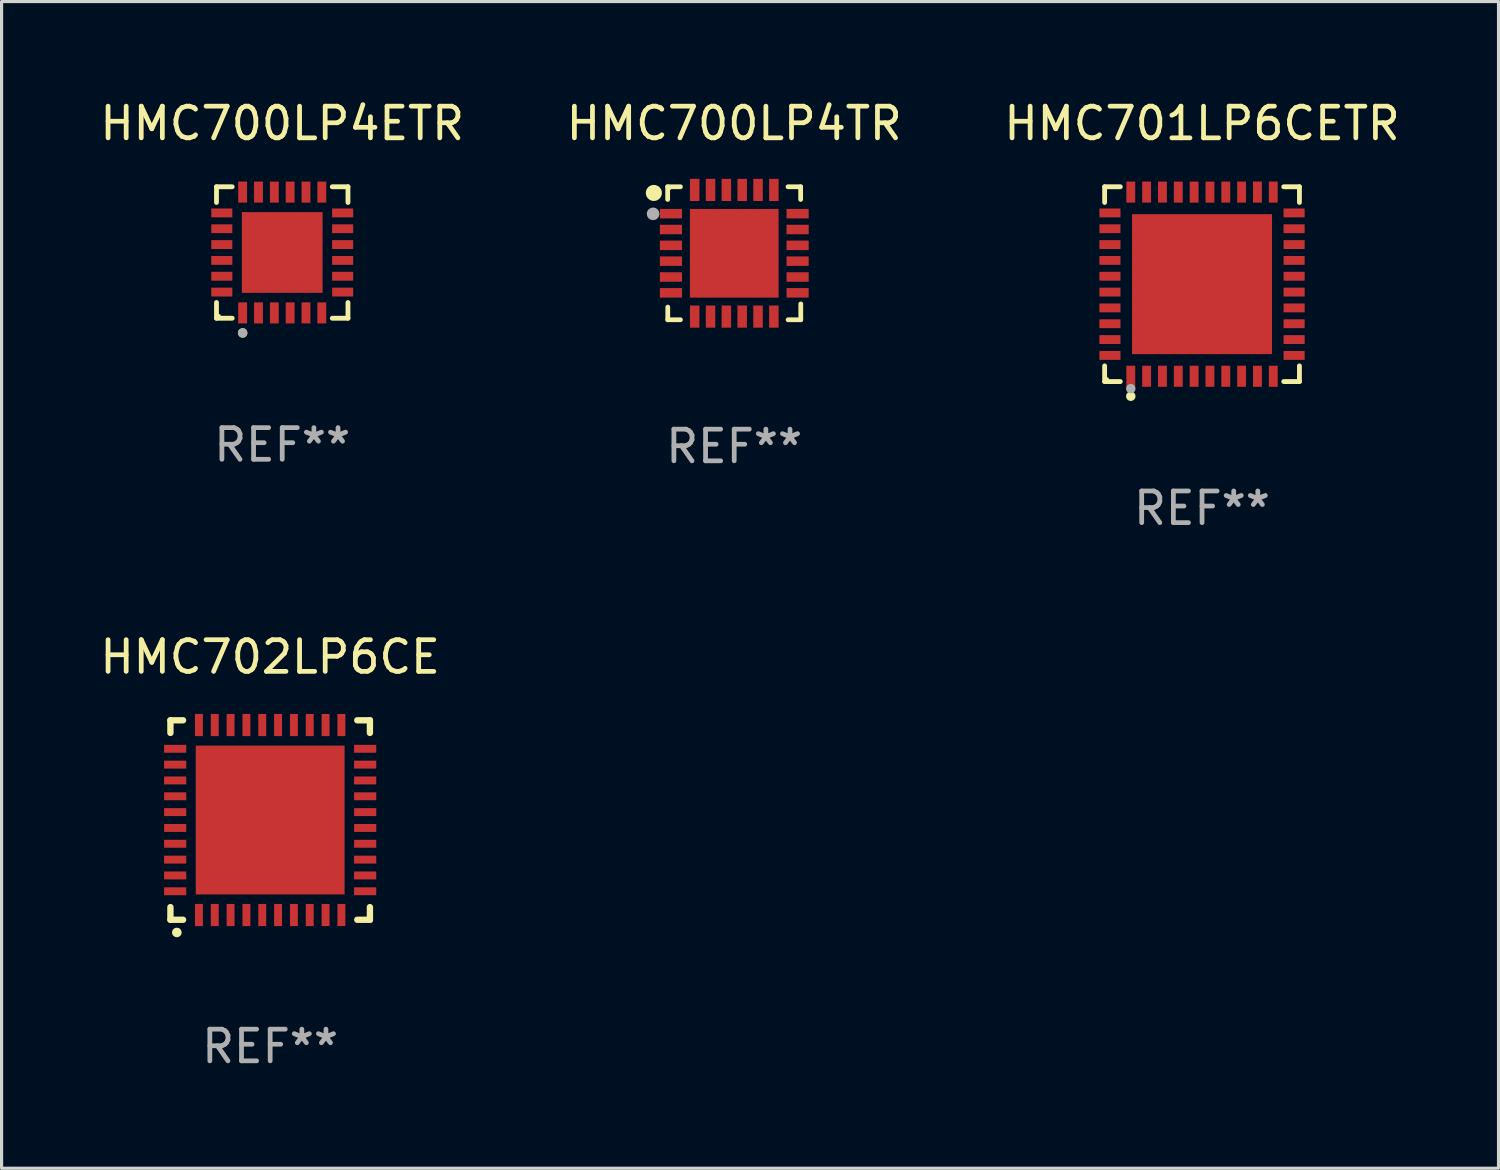
<source format=kicad_pcb>
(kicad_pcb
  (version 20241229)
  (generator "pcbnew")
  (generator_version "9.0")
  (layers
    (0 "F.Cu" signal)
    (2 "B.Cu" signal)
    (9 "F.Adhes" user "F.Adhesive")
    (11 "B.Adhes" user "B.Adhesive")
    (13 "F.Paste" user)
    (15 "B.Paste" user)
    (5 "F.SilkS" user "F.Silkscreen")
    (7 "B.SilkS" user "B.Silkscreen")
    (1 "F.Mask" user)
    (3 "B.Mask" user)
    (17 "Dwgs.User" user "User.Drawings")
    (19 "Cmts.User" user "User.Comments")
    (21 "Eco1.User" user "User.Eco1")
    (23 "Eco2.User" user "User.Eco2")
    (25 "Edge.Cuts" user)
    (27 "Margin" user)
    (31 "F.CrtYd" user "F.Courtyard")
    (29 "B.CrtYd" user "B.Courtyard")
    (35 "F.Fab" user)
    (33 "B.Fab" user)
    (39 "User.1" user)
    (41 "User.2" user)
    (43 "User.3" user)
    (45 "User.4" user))
  (footprint "HMC700LP4TR"
    (layer "F.Cu")
    (at 20.137 4.948)
    (property "Reference" "HMC700LP4TR" (at 0 -4.1 0) (layer "F.SilkS") (effects (font (size 1 1) (thickness 0.15))))
    (attr through_hole)
    (fp_line (start -2.102 -2.1) (end -1.698 -2.1) (stroke (width 0.15) (type solid)) (layer "F.SilkS"))
    (fp_line (start -2.102 -1.7) (end -2.102 -2.1) (stroke (width 0.15) (type solid)) (layer "F.SilkS"))
    (fp_line (start -2.098 1.7) (end -2.098 2.1) (stroke (width 0.15) (type solid)) (layer "F.SilkS"))
    (fp_line (start -2.098 2.1) (end -1.698 2.1) (stroke (width 0.15) (type solid)) (layer "F.SilkS"))
    (fp_line (start 1.698 -2.1) (end 2.098 -2.1) (stroke (width 0.15) (type solid)) (layer "F.SilkS"))
    (fp_line (start 2.098 -2.1) (end 2.098 -1.7) (stroke (width 0.15) (type solid)) (layer "F.SilkS"))
    (fp_line (start 2.102 1.6) (end 2.102 2.1) (stroke (width 0.15) (type solid)) (layer "F.SilkS"))
    (fp_line (start 2.102 2.1) (end 1.702 2.1) (stroke (width 0.15) (type solid)) (layer "F.SilkS"))
    (fp_circle (center -2.538 -1.905) (end -2.411 -1.905) (stroke (width 0.254) (type solid)) (fill no) (layer "F.SilkS"))
    (fp_circle (center -2.048 -2.05) (end -2.018 -2.05) (stroke (width 0.06) (type solid)) (fill no) (layer "F.SilkS"))
    (fp_circle (center -2.562 -1.245) (end -2.462 -1.245) (stroke (width 0.2) (type solid)) (fill no) (layer "F.Fab"))
    (fp_text user "REF**" (at 0 6.1 0) (layer "F.Fab") (effects (font (size 1 1) (thickness 0.15))))
    (pad "1" smd rect (at -1.998 -1.25) (size 0.7 0.3) (layers "F.Cu" "F.Mask" "F.Paste"))
    (pad "2" smd rect (at -1.998 -0.75) (size 0.7 0.3) (layers "F.Cu" "F.Mask" "F.Paste"))
    (pad "3" smd rect (at -1.998 -0.25) (size 0.7 0.3) (layers "F.Cu" "F.Mask" "F.Paste"))
    (pad "4" smd rect (at -1.998 0.25) (size 0.7 0.3) (layers "F.Cu" "F.Mask" "F.Paste"))
    (pad "5" smd rect (at -1.998 0.75) (size 0.7 0.3) (layers "F.Cu" "F.Mask" "F.Paste"))
    (pad "6" smd rect (at -1.998 1.25) (size 0.7 0.3) (layers "F.Cu" "F.Mask" "F.Paste"))
    (pad "7" smd rect (at -1.248 2) (size 0.3 0.7) (layers "F.Cu" "F.Mask" "F.Paste"))
    (pad "8" smd rect (at -0.748 2) (size 0.3 0.7) (layers "F.Cu" "F.Mask" "F.Paste"))
    (pad "9" smd rect (at -0.248 2) (size 0.3 0.7) (layers "F.Cu" "F.Mask" "F.Paste"))
    (pad "10" smd rect (at 0.252 2) (size 0.3 0.7) (layers "F.Cu" "F.Mask" "F.Paste"))
    (pad "11" smd rect (at 0.752 2) (size 0.3 0.7) (layers "F.Cu" "F.Mask" "F.Paste"))
    (pad "12" smd rect (at 1.252 2) (size 0.3 0.7) (layers "F.Cu" "F.Mask" "F.Paste"))
    (pad "13" smd rect (at 2.002 1.25) (size 0.7 0.3) (layers "F.Cu" "F.Mask" "F.Paste"))
    (pad "14" smd rect (at 2.002 0.75) (size 0.7 0.3) (layers "F.Cu" "F.Mask" "F.Paste"))
    (pad "15" smd rect (at 2.002 0.25) (size 0.7 0.3) (layers "F.Cu" "F.Mask" "F.Paste"))
    (pad "16" smd rect (at 2.002 -0.25) (size 0.7 0.3) (layers "F.Cu" "F.Mask" "F.Paste"))
    (pad "17" smd rect (at 2.002 -0.75) (size 0.7 0.3) (layers "F.Cu" "F.Mask" "F.Paste"))
    (pad "18" smd rect (at 2.002 -1.25) (size 0.7 0.3) (layers "F.Cu" "F.Mask" "F.Paste"))
    (pad "19" smd rect (at 1.252 -2) (size 0.3 0.7) (layers "F.Cu" "F.Mask" "F.Paste"))
    (pad "20" smd rect (at 0.752 -2) (size 0.3 0.7) (layers "F.Cu" "F.Mask" "F.Paste"))
    (pad "21" smd rect (at 0.252 -2) (size 0.3 0.7) (layers "F.Cu" "F.Mask" "F.Paste"))
    (pad "22" smd rect (at -0.248 -2) (size 0.3 0.7) (layers "F.Cu" "F.Mask" "F.Paste"))
    (pad "23" smd rect (at -0.748 -2) (size 0.3 0.7) (layers "F.Cu" "F.Mask" "F.Paste"))
    (pad "24" smd rect (at -1.248 -2) (size 0.3 0.7) (layers "F.Cu" "F.Mask" "F.Paste"))
    (pad "25" smd rect (at 0.001 0.001) (size 2.8 2.8) (layers "F.Cu" "F.Mask" "F.Paste")))
  (footprint "HMC702LP6CE"
    (layer "F.Cu")
    (at 5.482 22.847)
    (property "Reference" "HMC702LP6CE" (at 0 -5.15 0) (layer "F.SilkS") (effects (font (size 1 1) (thickness 0.15))))
    (attr through_hole)
    (fp_line (start -3.15 -3.15) (end -2.75 -3.15) (stroke (width 0.2) (type solid)) (layer "F.SilkS"))
    (fp_line (start -3.15 -2.75) (end -3.15 -3.15) (stroke (width 0.2) (type solid)) (layer "F.SilkS"))
    (fp_line (start -3.15 3.15) (end -3.15 2.75) (stroke (width 0.2) (type solid)) (layer "F.SilkS"))
    (fp_line (start -2.75 3.15) (end -3.15 3.15) (stroke (width 0.2) (type solid)) (layer "F.SilkS"))
    (fp_line (start 3.15 -3.15) (end 2.75 -3.15) (stroke (width 0.2) (type solid)) (layer "F.SilkS"))
    (fp_line (start 3.15 -2.75) (end 3.15 -3.15) (stroke (width 0.2) (type solid)) (layer "F.SilkS"))
    (fp_line (start 3.15 2.75) (end 3.15 3.15) (stroke (width 0.2) (type solid)) (layer "F.SilkS"))
    (fp_line (start 3.15 3.15) (end 2.75 3.15) (stroke (width 0.2) (type solid)) (layer "F.SilkS"))
    (fp_arc (start -2.94892 3.550927) (mid -2.94765 3.550922) (end -2.94638 3.550927) (stroke (width 0.3) (type solid)) (layer "F.SilkS"))
    (fp_text user "REF**" (at 0 7.15 0) (layer "F.Fab") (effects (font (size 1 1) (thickness 0.15))))
    (pad "1" smd rect (at -2.25 3 180) (size 0.25 0.7) (layers "F.Cu" "F.Mask" "F.Paste"))
    (pad "2" smd rect (at -1.75 3 180) (size 0.25 0.7) (layers "F.Cu" "F.Mask" "F.Paste"))
    (pad "3" smd rect (at -1.25 3 180) (size 0.25 0.7) (layers "F.Cu" "F.Mask" "F.Paste"))
    (pad "4" smd rect (at -0.75 3 180) (size 0.25 0.7) (layers "F.Cu" "F.Mask" "F.Paste"))
    (pad "5" smd rect (at -0.25 3 180) (size 0.25 0.7) (layers "F.Cu" "F.Mask" "F.Paste"))
    (pad "6" smd rect (at 0.25 3 180) (size 0.25 0.7) (layers "F.Cu" "F.Mask" "F.Paste"))
    (pad "7" smd rect (at 0.75 3 180) (size 0.25 0.7) (layers "F.Cu" "F.Mask" "F.Paste"))
    (pad "8" smd rect (at 1.25 3 180) (size 0.25 0.7) (layers "F.Cu" "F.Mask" "F.Paste"))
    (pad "9" smd rect (at 1.75 3 180) (size 0.25 0.7) (layers "F.Cu" "F.Mask" "F.Paste"))
    (pad "10" smd rect (at 2.25 3 180) (size 0.25 0.7) (layers "F.Cu" "F.Mask" "F.Paste"))
    (pad "11" smd rect (at 3 2.25 90) (size 0.25 0.7) (layers "F.Cu" "F.Mask" "F.Paste"))
    (pad "12" smd rect (at 3 1.75 90) (size 0.25 0.7) (layers "F.Cu" "F.Mask" "F.Paste"))
    (pad "13" smd rect (at 3 1.25 90) (size 0.25 0.7) (layers "F.Cu" "F.Mask" "F.Paste"))
    (pad "14" smd rect (at 3 0.75 90) (size 0.25 0.7) (layers "F.Cu" "F.Mask" "F.Paste"))
    (pad "15" smd rect (at 3 0.25 90) (size 0.25 0.7) (layers "F.Cu" "F.Mask" "F.Paste"))
    (pad "16" smd rect (at 3 -0.25 90) (size 0.25 0.7) (layers "F.Cu" "F.Mask" "F.Paste"))
    (pad "17" smd rect (at 3 -0.75 90) (size 0.25 0.7) (layers "F.Cu" "F.Mask" "F.Paste"))
    (pad "18" smd rect (at 3 -1.25 90) (size 0.25 0.7) (layers "F.Cu" "F.Mask" "F.Paste"))
    (pad "19" smd rect (at 3 -1.75 90) (size 0.25 0.7) (layers "F.Cu" "F.Mask" "F.Paste"))
    (pad "20" smd rect (at 3 -2.25 90) (size 0.25 0.7) (layers "F.Cu" "F.Mask" "F.Paste"))
    (pad "21" smd rect (at 2.25 -3 180) (size 0.25 0.7) (layers "F.Cu" "F.Mask" "F.Paste"))
    (pad "22" smd rect (at 1.75 -3 180) (size 0.25 0.7) (layers "F.Cu" "F.Mask" "F.Paste"))
    (pad "23" smd rect (at 1.25 -3 180) (size 0.25 0.7) (layers "F.Cu" "F.Mask" "F.Paste"))
    (pad "24" smd rect (at 0.75 -3 180) (size 0.25 0.7) (layers "F.Cu" "F.Mask" "F.Paste"))
    (pad "25" smd rect (at 0.25 -3 180) (size 0.25 0.7) (layers "F.Cu" "F.Mask" "F.Paste"))
    (pad "26" smd rect (at -0.25 -3 180) (size 0.25 0.7) (layers "F.Cu" "F.Mask" "F.Paste"))
    (pad "27" smd rect (at -0.75 -3 180) (size 0.25 0.7) (layers "F.Cu" "F.Mask" "F.Paste"))
    (pad "28" smd rect (at -1.25 -3 180) (size 0.25 0.7) (layers "F.Cu" "F.Mask" "F.Paste"))
    (pad "29" smd rect (at -1.75 -3 180) (size 0.25 0.7) (layers "F.Cu" "F.Mask" "F.Paste"))
    (pad "30" smd rect (at -2.25 -3 180) (size 0.25 0.7) (layers "F.Cu" "F.Mask" "F.Paste"))
    (pad "31" smd rect (at -3 -2.25 90) (size 0.25 0.7) (layers "F.Cu" "F.Mask" "F.Paste"))
    (pad "32" smd rect (at -3 -1.75 90) (size 0.25 0.7) (layers "F.Cu" "F.Mask" "F.Paste"))
    (pad "33" smd rect (at -3 -1.25 90) (size 0.25 0.7) (layers "F.Cu" "F.Mask" "F.Paste"))
    (pad "34" smd rect (at -3 -0.75 90) (size 0.25 0.7) (layers "F.Cu" "F.Mask" "F.Paste"))
    (pad "35" smd rect (at -3 -0.25 90) (size 0.25 0.7) (layers "F.Cu" "F.Mask" "F.Paste"))
    (pad "36" smd rect (at -3 0.25 90) (size 0.25 0.7) (layers "F.Cu" "F.Mask" "F.Paste"))
    (pad "37" smd rect (at -3 0.75 90) (size 0.25 0.7) (layers "F.Cu" "F.Mask" "F.Paste"))
    (pad "38" smd rect (at -3 1.25 90) (size 0.25 0.7) (layers "F.Cu" "F.Mask" "F.Paste"))
    (pad "39" smd rect (at -3 1.75 90) (size 0.25 0.7) (layers "F.Cu" "F.Mask" "F.Paste"))
    (pad "40" smd rect (at -3 2.25 90) (size 0.25 0.7) (layers "F.Cu" "F.Mask" "F.Paste"))
    (pad "41" smd rect (at 0.000102 0.000076 90) (size 4.7 4.7) (layers "F.Cu" "F.Mask" "F.Paste")))
  (footprint "HMC700LP4ETR"
    (layer "F.Cu")
    (at 5.863 4.924)
    (property "Reference" "HMC700LP4ETR" (at 0 -4.076 0) (layer "F.SilkS") (effects (font (size 1 1) (thickness 0.15))))
    (attr through_hole)
    (fp_line (start -2.076 -2.076) (end -1.58 -2.076) (stroke (width 0.152) (type solid)) (layer "F.SilkS"))
    (fp_line (start -2.076 -1.58) (end -2.076 -2.076) (stroke (width 0.152) (type solid)) (layer "F.SilkS"))
    (fp_line (start -2.076 1.58) (end -2.076 2.076) (stroke (width 0.152) (type solid)) (layer "F.SilkS"))
    (fp_line (start -2.076 2.076) (end -1.58 2.076) (stroke (width 0.152) (type solid)) (layer "F.SilkS"))
    (fp_line (start 2.076 -2.076) (end 1.58 -2.076) (stroke (width 0.152) (type solid)) (layer "F.SilkS"))
    (fp_line (start 2.076 -1.58) (end 2.076 -2.076) (stroke (width 0.152) (type solid)) (layer "F.SilkS"))
    (fp_line (start 2.076 1.58) (end 2.076 2.076) (stroke (width 0.152) (type solid)) (layer "F.SilkS"))
    (fp_line (start 2.076 2.076) (end 1.58 2.076) (stroke (width 0.152) (type solid)) (layer "F.SilkS"))
    (fp_circle (center -2 2) (end -1.97 2) (stroke (width 0.06) (type solid)) (fill no) (layer "F.SilkS"))
    (fp_circle (center -1.25 2.54) (end -1.175 2.54) (stroke (width 0.15) (type solid)) (fill no) (layer "F.SilkS"))
    (fp_circle (center -1.25 2.54) (end -1.175 2.54) (stroke (width 0.15) (type solid)) (fill no) (layer "F.Fab"))
    (fp_text user "REF**" (at 0 6.076 0) (layer "F.Fab") (effects (font (size 1 1) (thickness 0.15))))
    (pad "1" smd rect (at -1.25 1.908) (size 0.28 0.665) (layers "F.Cu" "F.Mask" "F.Paste"))
    (pad "2" smd rect (at -0.75 1.908) (size 0.28 0.665) (layers "F.Cu" "F.Mask" "F.Paste"))
    (pad "3" smd rect (at -0.25 1.908) (size 0.28 0.665) (layers "F.Cu" "F.Mask" "F.Paste"))
    (pad "4" smd rect (at 0.25 1.908) (size 0.28 0.665) (layers "F.Cu" "F.Mask" "F.Paste"))
    (pad "5" smd rect (at 0.75 1.908) (size 0.28 0.665) (layers "F.Cu" "F.Mask" "F.Paste"))
    (pad "6" smd rect (at 1.25 1.908) (size 0.28 0.665) (layers "F.Cu" "F.Mask" "F.Paste"))
    (pad "7" smd rect (at 1.908 1.25) (size 0.665 0.28) (layers "F.Cu" "F.Mask" "F.Paste"))
    (pad "8" smd rect (at 1.908 0.75) (size 0.665 0.28) (layers "F.Cu" "F.Mask" "F.Paste"))
    (pad "9" smd rect (at 1.908 0.25) (size 0.665 0.28) (layers "F.Cu" "F.Mask" "F.Paste"))
    (pad "10" smd rect (at 1.908 -0.25) (size 0.665 0.28) (layers "F.Cu" "F.Mask" "F.Paste"))
    (pad "11" smd rect (at 1.908 -0.75) (size 0.665 0.28) (layers "F.Cu" "F.Mask" "F.Paste"))
    (pad "12" smd rect (at 1.908 -1.25) (size 0.665 0.28) (layers "F.Cu" "F.Mask" "F.Paste"))
    (pad "13" smd rect (at 1.25 -1.908) (size 0.28 0.665) (layers "F.Cu" "F.Mask" "F.Paste"))
    (pad "14" smd rect (at 0.75 -1.908) (size 0.28 0.665) (layers "F.Cu" "F.Mask" "F.Paste"))
    (pad "15" smd rect (at 0.25 -1.908) (size 0.28 0.665) (layers "F.Cu" "F.Mask" "F.Paste"))
    (pad "16" smd rect (at -0.25 -1.908) (size 0.28 0.665) (layers "F.Cu" "F.Mask" "F.Paste"))
    (pad "17" smd rect (at -0.75 -1.908) (size 0.28 0.665) (layers "F.Cu" "F.Mask" "F.Paste"))
    (pad "18" smd rect (at -1.25 -1.908) (size 0.28 0.665) (layers "F.Cu" "F.Mask" "F.Paste"))
    (pad "19" smd rect (at -1.908 -1.25) (size 0.665 0.28) (layers "F.Cu" "F.Mask" "F.Paste"))
    (pad "20" smd rect (at -1.908 -0.75) (size 0.665 0.28) (layers "F.Cu" "F.Mask" "F.Paste"))
    (pad "21" smd rect (at -1.908 -0.25) (size 0.665 0.28) (layers "F.Cu" "F.Mask" "F.Paste"))
    (pad "22" smd rect (at -1.908 0.25) (size 0.665 0.28) (layers "F.Cu" "F.Mask" "F.Paste"))
    (pad "23" smd rect (at -1.908 0.75) (size 0.665 0.28) (layers "F.Cu" "F.Mask" "F.Paste"))
    (pad "24" smd rect (at -1.908 1.25) (size 0.665 0.28) (layers "F.Cu" "F.Mask" "F.Paste"))
    (pad "25" smd rect (at 0 0) (size 2.55 2.55) (layers "F.Cu" "F.Mask" "F.Paste")))
  (footprint "HMC701LP6CETR"
    (layer "F.Cu")
    (at 34.911 5.924)
    (property "Reference" "HMC701LP6CETR" (at 0 -5.076 0) (layer "F.SilkS") (effects (font (size 1 1) (thickness 0.15))))
    (attr through_hole)
    (fp_line (start -3.076 -3.076) (end -2.58 -3.076) (stroke (width 0.152) (type solid)) (layer "F.SilkS"))
    (fp_line (start -3.076 -2.58) (end -3.076 -3.076) (stroke (width 0.152) (type solid)) (layer "F.SilkS"))
    (fp_line (start -3.076 2.58) (end -3.076 3.076) (stroke (width 0.152) (type solid)) (layer "F.SilkS"))
    (fp_line (start -3.076 3.076) (end -2.58 3.076) (stroke (width 0.152) (type solid)) (layer "F.SilkS"))
    (fp_line (start 3.076 -3.076) (end 2.58 -3.076) (stroke (width 0.152) (type solid)) (layer "F.SilkS"))
    (fp_line (start 3.076 -2.58) (end 3.076 -3.076) (stroke (width 0.152) (type solid)) (layer "F.SilkS"))
    (fp_line (start 3.076 2.58) (end 3.076 3.076) (stroke (width 0.152) (type solid)) (layer "F.SilkS"))
    (fp_line (start 3.076 3.076) (end 2.58 3.076) (stroke (width 0.152) (type solid)) (layer "F.SilkS"))
    (fp_circle (center -3 3) (end -2.97 3) (stroke (width 0.06) (type solid)) (fill no) (layer "F.SilkS"))
    (fp_circle (center -2.25 3.54) (end -2.175 3.54) (stroke (width 0.15) (type solid)) (fill no) (layer "F.SilkS"))
    (fp_circle (center -2.25 3.3) (end -2.175 3.3) (stroke (width 0.15) (type solid)) (fill no) (layer "F.Fab"))
    (fp_text user "REF**" (at 0 7.076 0) (layer "F.Fab") (effects (font (size 1 1) (thickness 0.15))))
    (pad "1" smd rect (at -2.25 2.908) (size 0.28 0.665) (layers "F.Cu" "F.Mask" "F.Paste"))
    (pad "2" smd rect (at -1.75 2.908) (size 0.28 0.665) (layers "F.Cu" "F.Mask" "F.Paste"))
    (pad "3" smd rect (at -1.25 2.908) (size 0.28 0.665) (layers "F.Cu" "F.Mask" "F.Paste"))
    (pad "4" smd rect (at -0.75 2.908) (size 0.28 0.665) (layers "F.Cu" "F.Mask" "F.Paste"))
    (pad "5" smd rect (at -0.25 2.908) (size 0.28 0.665) (layers "F.Cu" "F.Mask" "F.Paste"))
    (pad "6" smd rect (at 0.25 2.908) (size 0.28 0.665) (layers "F.Cu" "F.Mask" "F.Paste"))
    (pad "7" smd rect (at 0.75 2.908) (size 0.28 0.665) (layers "F.Cu" "F.Mask" "F.Paste"))
    (pad "8" smd rect (at 1.25 2.908) (size 0.28 0.665) (layers "F.Cu" "F.Mask" "F.Paste"))
    (pad "9" smd rect (at 1.75 2.908) (size 0.28 0.665) (layers "F.Cu" "F.Mask" "F.Paste"))
    (pad "10" smd rect (at 2.25 2.908) (size 0.28 0.665) (layers "F.Cu" "F.Mask" "F.Paste"))
    (pad "11" smd rect (at 2.908 2.25) (size 0.665 0.28) (layers "F.Cu" "F.Mask" "F.Paste"))
    (pad "12" smd rect (at 2.908 1.75) (size 0.665 0.28) (layers "F.Cu" "F.Mask" "F.Paste"))
    (pad "13" smd rect (at 2.908 1.25) (size 0.665 0.28) (layers "F.Cu" "F.Mask" "F.Paste"))
    (pad "14" smd rect (at 2.908 0.75) (size 0.665 0.28) (layers "F.Cu" "F.Mask" "F.Paste"))
    (pad "15" smd rect (at 2.908 0.25) (size 0.665 0.28) (layers "F.Cu" "F.Mask" "F.Paste"))
    (pad "16" smd rect (at 2.908 -0.25) (size 0.665 0.28) (layers "F.Cu" "F.Mask" "F.Paste"))
    (pad "17" smd rect (at 2.908 -0.75) (size 0.665 0.28) (layers "F.Cu" "F.Mask" "F.Paste"))
    (pad "18" smd rect (at 2.908 -1.25) (size 0.665 0.28) (layers "F.Cu" "F.Mask" "F.Paste"))
    (pad "19" smd rect (at 2.908 -1.75) (size 0.665 0.28) (layers "F.Cu" "F.Mask" "F.Paste"))
    (pad "20" smd rect (at 2.908 -2.25) (size 0.665 0.28) (layers "F.Cu" "F.Mask" "F.Paste"))
    (pad "21" smd rect (at 2.25 -2.908) (size 0.28 0.665) (layers "F.Cu" "F.Mask" "F.Paste"))
    (pad "22" smd rect (at 1.75 -2.908) (size 0.28 0.665) (layers "F.Cu" "F.Mask" "F.Paste"))
    (pad "23" smd rect (at 1.25 -2.908) (size 0.28 0.665) (layers "F.Cu" "F.Mask" "F.Paste"))
    (pad "24" smd rect (at 0.75 -2.908) (size 0.28 0.665) (layers "F.Cu" "F.Mask" "F.Paste"))
    (pad "25" smd rect (at 0.25 -2.908) (size 0.28 0.665) (layers "F.Cu" "F.Mask" "F.Paste"))
    (pad "26" smd rect (at -0.25 -2.908) (size 0.28 0.665) (layers "F.Cu" "F.Mask" "F.Paste"))
    (pad "27" smd rect (at -0.75 -2.908) (size 0.28 0.665) (layers "F.Cu" "F.Mask" "F.Paste"))
    (pad "28" smd rect (at -1.25 -2.908) (size 0.28 0.665) (layers "F.Cu" "F.Mask" "F.Paste"))
    (pad "29" smd rect (at -1.75 -2.908) (size 0.28 0.665) (layers "F.Cu" "F.Mask" "F.Paste"))
    (pad "30" smd rect (at -2.25 -2.908) (size 0.28 0.665) (layers "F.Cu" "F.Mask" "F.Paste"))
    (pad "31" smd rect (at -2.908 -2.25) (size 0.665 0.28) (layers "F.Cu" "F.Mask" "F.Paste"))
    (pad "32" smd rect (at -2.908 -1.75) (size 0.665 0.28) (layers "F.Cu" "F.Mask" "F.Paste"))
    (pad "33" smd rect (at -2.908 -1.25) (size 0.665 0.28) (layers "F.Cu" "F.Mask" "F.Paste"))
    (pad "34" smd rect (at -2.908 -0.75) (size 0.665 0.28) (layers "F.Cu" "F.Mask" "F.Paste"))
    (pad "35" smd rect (at -2.908 -0.25) (size 0.665 0.28) (layers "F.Cu" "F.Mask" "F.Paste"))
    (pad "36" smd rect (at -2.908 0.25) (size 0.665 0.28) (layers "F.Cu" "F.Mask" "F.Paste"))
    (pad "37" smd rect (at -2.908 0.75) (size 0.665 0.28) (layers "F.Cu" "F.Mask" "F.Paste"))
    (pad "38" smd rect (at -2.908 1.25) (size 0.665 0.28) (layers "F.Cu" "F.Mask" "F.Paste"))
    (pad "39" smd rect (at -2.908 1.75) (size 0.665 0.28) (layers "F.Cu" "F.Mask" "F.Paste"))
    (pad "40" smd rect (at -2.908 2.25) (size 0.665 0.28) (layers "F.Cu" "F.Mask" "F.Paste"))
    (pad "41" smd rect (at 0 0) (size 4.42 4.42) (layers "F.Cu" "F.Mask" "F.Paste")))
  (gr_rect
    (start -3 -3)
    (end 44.274 33.845)
    (stroke (width 0.1) (type default))
    (fill no)
    (layer "Edge.Cuts")))
</source>
